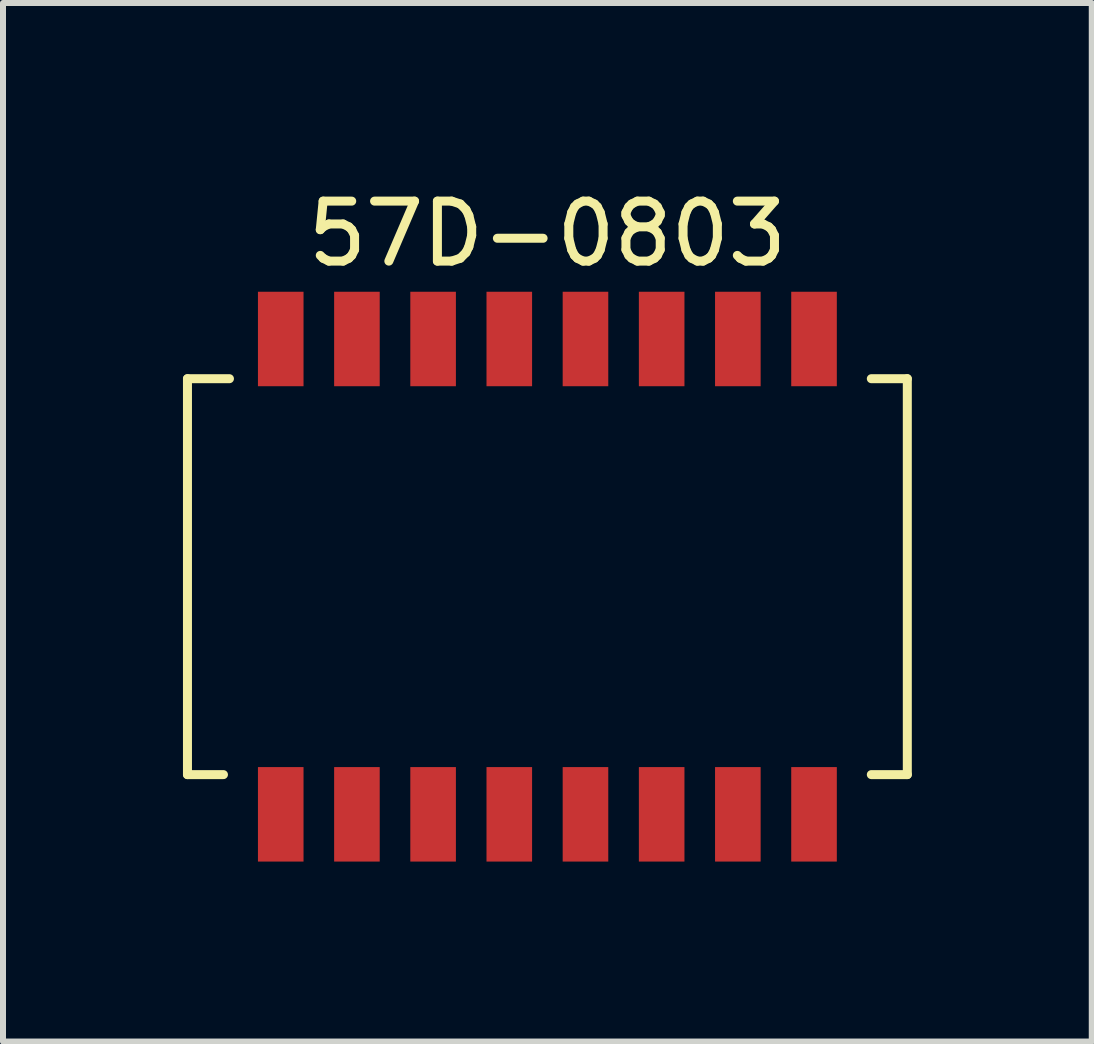
<source format=kicad_pcb>
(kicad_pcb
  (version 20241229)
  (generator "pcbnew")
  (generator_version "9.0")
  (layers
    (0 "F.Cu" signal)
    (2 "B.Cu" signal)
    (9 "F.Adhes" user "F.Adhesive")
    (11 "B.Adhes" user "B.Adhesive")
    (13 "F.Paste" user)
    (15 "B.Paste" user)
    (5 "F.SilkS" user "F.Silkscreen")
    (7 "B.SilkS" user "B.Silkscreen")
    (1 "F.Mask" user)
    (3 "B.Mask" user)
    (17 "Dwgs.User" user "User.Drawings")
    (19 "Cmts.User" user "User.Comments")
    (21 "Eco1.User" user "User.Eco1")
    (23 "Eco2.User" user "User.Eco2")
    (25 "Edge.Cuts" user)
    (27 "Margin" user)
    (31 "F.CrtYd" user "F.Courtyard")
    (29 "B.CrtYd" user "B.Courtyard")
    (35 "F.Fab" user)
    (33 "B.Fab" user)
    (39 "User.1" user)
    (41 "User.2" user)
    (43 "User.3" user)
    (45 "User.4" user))
  (footprint "57D-0803"
    (layer "F.Cu")
    (at 6.075 6.563)
    (property "Reference" "57D-0803" (at 0 -5.715 0) (layer "F.SilkS") (effects (font (size 1 1) (thickness 0.15))))
    (attr through_hole)
    (fp_line (start -6 -3.3) (end -6 3.3) (stroke (width 0.15) (type solid)) (layer "F.SilkS"))
    (fp_line (start -6 -3.3) (end -5.3 -3.3) (stroke (width 0.15) (type solid)) (layer "F.SilkS"))
    (fp_line (start -6 3.3) (end -5.4 3.3) (stroke (width 0.15) (type solid)) (layer "F.SilkS"))
    (fp_line (start 6 -3.3) (end 5.4 -3.3) (stroke (width 0.15) (type solid)) (layer "F.SilkS"))
    (fp_line (start 6 3.3) (end 5.4 3.3) (stroke (width 0.15) (type solid)) (layer "F.SilkS"))
    (fp_line (start 6 3.3) (end 6 -3.3) (stroke (width 0.15) (type solid)) (layer "F.SilkS"))
    (pad "1" smd rect (at -4.445 -3.962) (size 0.76 1.575) (layers "F.Cu" "F.Mask" "F.Paste"))
    (pad "2" smd rect (at -3.175 -3.962) (size 0.76 1.575) (layers "F.Cu" "F.Mask" "F.Paste"))
    (pad "3" smd rect (at -1.905 -3.962) (size 0.76 1.575) (layers "F.Cu" "F.Mask" "F.Paste"))
    (pad "4" smd rect (at -0.635 -3.962) (size 0.76 1.575) (layers "F.Cu" "F.Mask" "F.Paste"))
    (pad "5" smd rect (at 0.635 -3.962) (size 0.76 1.575) (layers "F.Cu" "F.Mask" "F.Paste"))
    (pad "6" smd rect (at 1.905 -3.962) (size 0.76 1.575) (layers "F.Cu" "F.Mask" "F.Paste"))
    (pad "7" smd rect (at 3.175 -3.962) (size 0.76 1.575) (layers "F.Cu" "F.Mask" "F.Paste"))
    (pad "8" smd rect (at 4.445 -3.962) (size 0.76 1.575) (layers "F.Cu" "F.Mask" "F.Paste"))
    (pad "9" smd rect (at 4.445 3.962) (size 0.76 1.575) (layers "F.Cu" "F.Mask" "F.Paste"))
    (pad "10" smd rect (at 3.175 3.962) (size 0.76 1.575) (layers "F.Cu" "F.Mask" "F.Paste"))
    (pad "11" smd rect (at 1.905 3.962) (size 0.76 1.575) (layers "F.Cu" "F.Mask" "F.Paste"))
    (pad "12" smd rect (at 0.635 3.962) (size 0.76 1.575) (layers "F.Cu" "F.Mask" "F.Paste"))
    (pad "13" smd rect (at -0.635 3.962) (size 0.76 1.575) (layers "F.Cu" "F.Mask" "F.Paste"))
    (pad "14" smd rect (at -1.905 3.962) (size 0.76 1.575) (layers "F.Cu" "F.Mask" "F.Paste"))
    (pad "15" smd rect (at -3.175 3.962) (size 0.76 1.575) (layers "F.Cu" "F.Mask" "F.Paste"))
    (pad "16" smd rect (at -4.445 3.962) (size 0.76 1.575) (layers "F.Cu" "F.Mask" "F.Paste")))
  (gr_rect
    (start -3 -3)
    (end 15.15 14.313)
    (stroke (width 0.1) (type default))
    (fill no)
    (layer "Edge.Cuts")))
</source>
